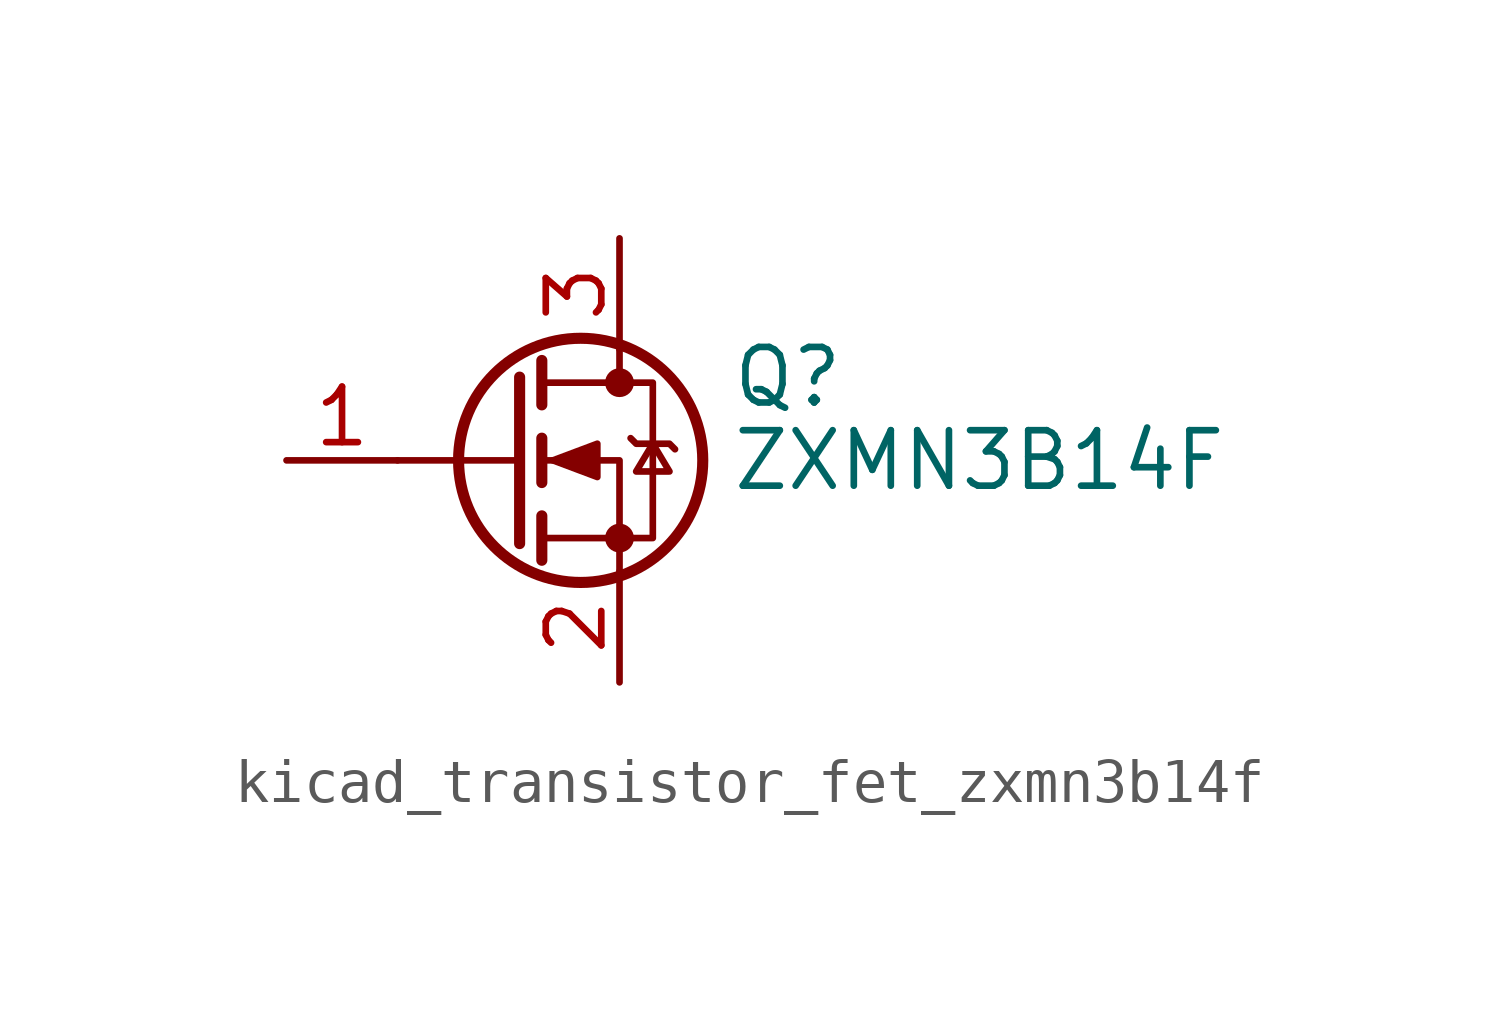
<source format=kicad_sym>
(kicad_symbol_lib
  (version 20220914)
  (generator kicad_symbol_editor)
  (symbol "kicad_transistor_fet_zxmn3b14f"
    (pin_names hide)
    (property "Reference" "Q"
      (at 5.08 1.905 0)
      (effects (font (size 1.27 1.27)) (justify left)))
    (property "Value" "ZXMN3B14F"
      (at 5.08 0 0)
      (effects (font (size 1.27 1.27)) (justify left)))
    (symbol "kicad_transistor_fet_zxmn3b14f_0_1"
      (polyline (pts (xy 0.254 0) (xy -2.54 0)) (stroke (width 0) (type default)) (fill (type none)))
      (polyline (pts (xy 0.254 1.905) (xy 0.254 -1.905)) (stroke (width 0.254) (type default)) (fill (type none)))
      (polyline (pts (xy 0.762 -1.27) (xy 0.762 -2.286)) (stroke (width 0.254) (type default)) (fill (type none)))
      (polyline (pts (xy 0.762 0.508) (xy 0.762 -0.508)) (stroke (width 0.254) (type default)) (fill (type none)))
      (polyline (pts (xy 0.762 2.286) (xy 0.762 1.27)) (stroke (width 0.254) (type default)) (fill (type none)))
      (polyline (pts (xy 2.54 2.54) (xy 2.54 1.778)) (stroke (width 0) (type default)) (fill (type none)))
      (polyline (pts (xy 2.54 -2.54) (xy 2.54 0) (xy 0.762 0)) (stroke (width 0) (type default)) (fill (type none)))
      (polyline (pts (xy 0.762 -1.778) (xy 3.302 -1.778) (xy 3.302 1.778) (xy 0.762 1.778)) (stroke (width 0) (type default)) (fill (type none)))
      (polyline (pts (xy 1.016 0) (xy 2.032 0.381) (xy 2.032 -0.381) (xy 1.016 0)) (stroke (width 0) (type default)) (fill (type outline)))
      (polyline (pts (xy 2.794 0.508) (xy 2.921 0.381) (xy 3.683 0.381) (xy 3.81 0.254)) (stroke (width 0) (type default)) (fill (type none)))
      (polyline (pts (xy 3.302 0.381) (xy 2.921 -0.254) (xy 3.683 -0.254) (xy 3.302 0.381)) (stroke (width 0) (type default)) (fill (type none)))
      (circle (center 1.651 0) (radius 2.794) (stroke (width 0.254) (type default)) (fill (type none)))
      (circle (center 2.54 -1.778) (radius 0.254) (stroke (width 0) (type default)) (fill (type outline)))
      (circle (center 2.54 1.778) (radius 0.254) (stroke (width 0) (type default)) (fill (type outline))))
    (symbol "kicad_transistor_fet_zxmn3b14f_1_1"
      (pin input line (at -5.08 0 0) (length 2.54) (name "G" (effects (font (size 1.27 1.27)))) (number "1" (effects (font (size 1.27 1.27)))))
      (pin passive line (at 2.54 -5.08 90) (length 2.54) (name "S" (effects (font (size 1.27 1.27)))) (number "2" (effects (font (size 1.27 1.27)))))
      (pin passive line (at 2.54 5.08 270) (length 2.54) (name "D" (effects (font (size 1.27 1.27)))) (number "3" (effects (font (size 1.27 1.27))))))))
</source>
